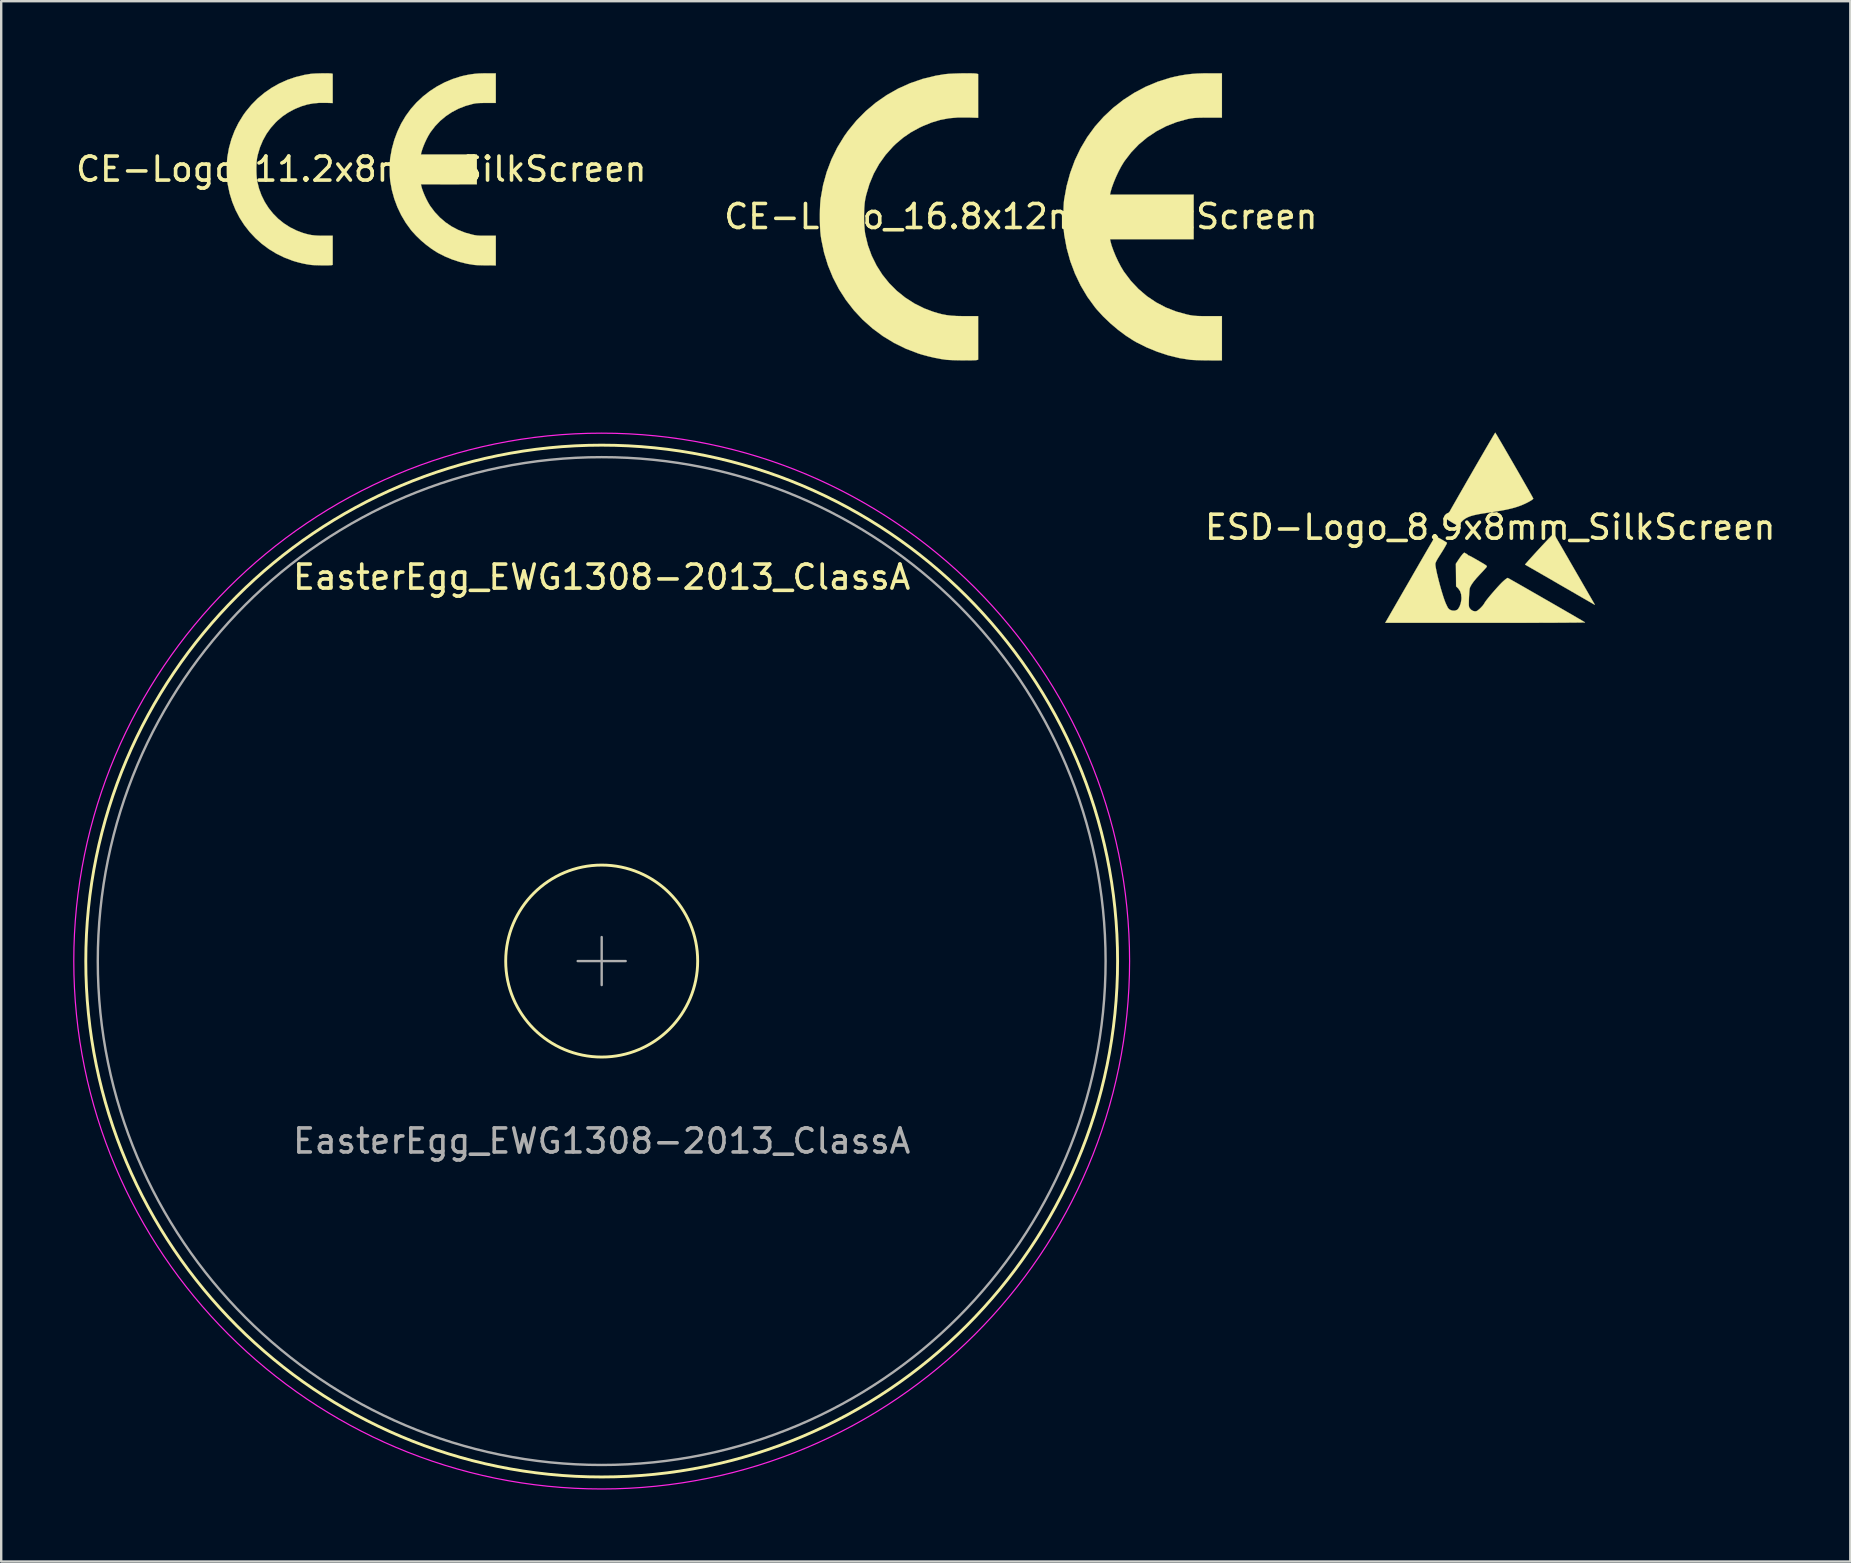
<source format=kicad_pcb>
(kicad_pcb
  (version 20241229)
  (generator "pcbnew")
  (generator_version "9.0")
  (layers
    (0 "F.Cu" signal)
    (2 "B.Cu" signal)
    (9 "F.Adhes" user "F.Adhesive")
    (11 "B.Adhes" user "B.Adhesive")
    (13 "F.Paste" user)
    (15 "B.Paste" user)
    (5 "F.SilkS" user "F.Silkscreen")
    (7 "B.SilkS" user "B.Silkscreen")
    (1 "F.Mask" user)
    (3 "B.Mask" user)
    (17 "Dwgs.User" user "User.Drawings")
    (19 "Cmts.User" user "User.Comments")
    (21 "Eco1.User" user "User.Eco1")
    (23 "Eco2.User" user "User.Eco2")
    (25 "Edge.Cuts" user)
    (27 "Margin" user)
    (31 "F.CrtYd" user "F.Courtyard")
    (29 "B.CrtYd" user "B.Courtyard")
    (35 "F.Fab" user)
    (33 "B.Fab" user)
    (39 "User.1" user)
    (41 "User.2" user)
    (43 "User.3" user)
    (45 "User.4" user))
  (footprint "EasterEgg_EWG1308-2013_ClassA"
    (layer "F.Cu")
    (at 22.025 37.002)
    (property "Reference" "EasterEgg_EWG1308-2013_ClassA" (at 0 -16 0) (unlocked yes) (layer "F.SilkS") (effects (font (size 1 1) (thickness 0.15))))
    (attr board_only exclude_from_pos_files exclude_from_bom allow_missing_courtyard)
    (fp_circle (center 0 0) (end 0 -21.5) (stroke (width 0.12) (type default)) (fill no) (layer "F.SilkS"))
    (fp_circle (center 0 0) (end 4 0) (stroke (width 0.12) (type default)) (fill no) (layer "F.SilkS"))
    (fp_circle (center 0 0) (end 0 -22) (stroke (width 0.05) (type default)) (fill no) (layer "F.CrtYd"))
    (fp_line (start 0 -1) (end 0 1) (stroke (width 0.1) (type default)) (layer "F.Fab"))
    (fp_line (start 1 0) (end -1 0) (stroke (width 0.1) (type default)) (layer "F.Fab"))
    (fp_circle (center 0 0) (end 0 -21) (stroke (width 0.1) (type default)) (fill no) (layer "F.Fab"))
    (fp_text user "${REFERENCE}" (at 0 7.5 0) (unlocked yes) (layer "F.Fab") (effects (font (size 1 1) (thickness 0.15)))))
  (footprint "CE-Logo_16.8x12mm_SilkScreen"
    (layer "F.Cu")
    (at 39.494 5.975)
    (property "Reference" "CE-Logo_16.8x12mm_SilkScreen" (at 0 0 0) (layer "F.SilkS") (effects (font (size 1 1) (thickness 0.15))))
    (attr board_only exclude_from_pos_files exclude_from_bom allow_missing_courtyard)
    (fp_poly (pts (xy -2.1 -5.969) (xy -1.972 -5.966) (xy -1.88 -5.96) (xy -1.84 -5.954) (xy -1.781 -5.938) (xy -1.781 -4.116) (xy -2.195 -4.13) (xy -2.611 -4.13) (xy -2.995 -4.097) (xy -3.36 -4.028) (xy -3.718 -3.921) (xy -4.079 -3.775) (xy -4.229 -3.704) (xy -4.586 -3.508) (xy -4.908 -3.287) (xy -5.21 -3.032) (xy -5.327 -2.918) (xy -5.637 -2.571) (xy -5.906 -2.194) (xy -6.131 -1.789) (xy -6.311 -1.357) (xy -6.446 -0.903) (xy -6.486 -0.72) (xy -6.51 -0.554) (xy -6.526 -0.35) (xy -6.534 -0.123) (xy -6.534 0.113) (xy -6.526 0.344) (xy -6.51 0.555) (xy -6.487 0.733) (xy -6.484 0.746) (xy -6.374 1.199) (xy -6.217 1.631) (xy -6.015 2.039) (xy -5.773 2.421) (xy -5.491 2.773) (xy -5.173 3.092) (xy -4.821 3.376) (xy -4.438 3.622) (xy -4.027 3.827) (xy -3.663 3.964) (xy -3.459 4.026) (xy -3.272 4.074) (xy -3.088 4.108) (xy -2.896 4.131) (xy -2.682 4.144) (xy -2.433 4.149) (xy -2.324 4.15) (xy -1.781 4.149) (xy -1.781 5.964) (xy -1.84 5.98) (xy -1.89 5.986) (xy -1.983 5.99) (xy -2.109 5.992) (xy -2.259 5.993) (xy -2.422 5.992) (xy -2.591 5.99) (xy -2.753 5.986) (xy -2.902 5.981) (xy -3.025 5.975) (xy -3.115 5.968) (xy -3.116 5.967) (xy -3.34 5.935) (xy -3.592 5.886) (xy -3.855 5.825) (xy -4.107 5.757) (xy -4.268 5.708) (xy -4.791 5.508) (xy -5.287 5.264) (xy -5.754 4.98) (xy -6.19 4.656) (xy -6.593 4.297) (xy -6.96 3.903) (xy -7.29 3.478) (xy -7.581 3.024) (xy -7.831 2.543) (xy -8.038 2.037) (xy -8.2 1.509) (xy -8.315 0.961) (xy -8.341 0.786) (xy -8.358 0.618) (xy -8.37 0.412) (xy -8.376 0.182) (xy -8.377 -0.058) (xy -8.373 -0.293) (xy -8.364 -0.511) (xy -8.349 -0.696) (xy -8.341 -0.759) (xy -8.241 -1.319) (xy -8.091 -1.859) (xy -7.894 -2.38) (xy -7.649 -2.879) (xy -7.357 -3.355) (xy -7.201 -3.574) (xy -6.848 -4.005) (xy -6.46 -4.398) (xy -6.04 -4.751) (xy -5.59 -5.063) (xy -5.113 -5.333) (xy -4.612 -5.558) (xy -4.089 -5.738) (xy -3.547 -5.87) (xy -3.169 -5.933) (xy -3.065 -5.943) (xy -2.929 -5.952) (xy -2.77 -5.959) (xy -2.598 -5.965) (xy -2.422 -5.969) (xy -2.253 -5.97) (xy -2.1 -5.969)) (stroke (width 0.01) (type solid)) (fill yes) (layer "F.SilkS"))
    (fp_poly (pts (xy 8.379 -4.124) (xy 7.797 -4.124) (xy 7.595 -4.123) (xy 7.435 -4.12) (xy 7.308 -4.115) (xy 7.202 -4.107) (xy 7.108 -4.095) (xy 7.016 -4.079) (xy 6.948 -4.065) (xy 6.493 -3.939) (xy 6.059 -3.769) (xy 5.65 -3.555) (xy 5.268 -3.301) (xy 4.917 -3.008) (xy 4.601 -2.679) (xy 4.323 -2.317) (xy 4.275 -2.244) (xy 4.172 -2.072) (xy 4.067 -1.871) (xy 3.966 -1.655) (xy 3.875 -1.438) (xy 3.799 -1.232) (xy 3.745 -1.052) (xy 3.733 -1.002) (xy 3.714 -0.916) (xy 7.201 -0.916) (xy 7.201 0.943) (xy 3.714 0.943) (xy 3.733 1.028) (xy 3.782 1.209) (xy 3.857 1.418) (xy 3.949 1.643) (xy 4.054 1.868) (xy 4.166 2.081) (xy 4.277 2.268) (xy 4.296 2.297) (xy 4.581 2.676) (xy 4.9 3.016) (xy 5.251 3.316) (xy 5.634 3.574) (xy 6.044 3.79) (xy 6.482 3.961) (xy 6.944 4.087) (xy 6.955 4.089) (xy 7.06 4.11) (xy 7.155 4.126) (xy 7.254 4.137) (xy 7.365 4.144) (xy 7.5 4.148) (xy 7.67 4.15) (xy 7.81 4.15) (xy 8.379 4.15) (xy 8.379 5.996) (xy 7.81 5.993) (xy 7.628 5.991) (xy 7.45 5.987) (xy 7.288 5.982) (xy 7.154 5.976) (xy 7.058 5.969) (xy 7.044 5.967) (xy 6.598 5.896) (xy 6.139 5.783) (xy 5.68 5.632) (xy 5.233 5.448) (xy 4.811 5.236) (xy 4.7 5.172) (xy 4.377 4.964) (xy 4.048 4.718) (xy 3.728 4.447) (xy 3.429 4.161) (xy 3.164 3.871) (xy 3.092 3.784) (xy 2.772 3.345) (xy 2.493 2.875) (xy 2.255 2.377) (xy 2.06 1.858) (xy 1.911 1.32) (xy 1.809 0.77) (xy 1.804 0.733) (xy 1.791 0.591) (xy 1.781 0.412) (xy 1.775 0.208) (xy 1.773 -0.008) (xy 1.776 -0.222) (xy 1.782 -0.421) (xy 1.792 -0.592) (xy 1.804 -0.707) (xy 1.907 -1.271) (xy 2.056 -1.816) (xy 2.249 -2.34) (xy 2.486 -2.839) (xy 2.765 -3.309) (xy 3.085 -3.748) (xy 3.092 -3.757) (xy 3.449 -4.158) (xy 3.843 -4.528) (xy 4.269 -4.861) (xy 4.724 -5.156) (xy 5.201 -5.409) (xy 5.696 -5.617) (xy 6.204 -5.777) (xy 6.403 -5.826) (xy 6.648 -5.877) (xy 6.876 -5.915) (xy 7.101 -5.942) (xy 7.338 -5.959) (xy 7.602 -5.968) (xy 7.823 -5.97) (xy 8.379 -5.97) (xy 8.379 -4.124)) (stroke (width 0.01) (type solid)) (fill yes) (layer "F.SilkS")))
  (footprint "ESD-Logo_8.9x8mm_SilkScreen"
    (layer "F.Cu")
    (at 59.056 18.923)
    (property "Reference" "ESD-Logo_8.9x8mm_SilkScreen" (at 0 0 0) (layer "F.SilkS") (effects (font (size 1 1) (thickness 0.15))))
    (attr board_only exclude_from_pos_files exclude_from_bom allow_missing_courtyard)
    (fp_poly (pts (xy 2.676 0.316) (xy 2.691 0.342) (xy 2.726 0.4) (xy 2.778 0.49) (xy 2.845 0.606) (xy 2.927 0.747) (xy 3.021 0.909) (xy 3.125 1.09) (xy 3.239 1.286) (xy 3.359 1.495) (xy 3.483 1.71) (xy 3.61 1.93) (xy 3.732 2.14) (xy 3.846 2.339) (xy 3.953 2.524) (xy 4.049 2.69) (xy 4.132 2.835) (xy 4.202 2.956) (xy 4.256 3.05) (xy 4.293 3.114) (xy 4.311 3.144) (xy 4.339 3.194) (xy 4.354 3.226) (xy 4.355 3.231) (xy 4.336 3.221) (xy 4.284 3.191) (xy 4.202 3.144) (xy 4.091 3.08) (xy 3.955 3.002) (xy 3.797 2.911) (xy 3.619 2.808) (xy 3.424 2.695) (xy 3.214 2.574) (xy 2.993 2.446) (xy 2.909 2.398) (xy 2.684 2.268) (xy 2.47 2.143) (xy 2.268 2.027) (xy 2.082 1.92) (xy 1.915 1.824) (xy 1.769 1.74) (xy 1.647 1.67) (xy 1.552 1.615) (xy 1.487 1.578) (xy 1.454 1.56) (xy 1.45 1.558) (xy 1.46 1.542) (xy 1.495 1.5) (xy 1.552 1.435) (xy 1.626 1.351) (xy 1.715 1.253) (xy 1.814 1.144) (xy 1.92 1.027) (xy 2.03 0.908) (xy 2.14 0.789) (xy 2.246 0.675) (xy 2.345 0.57) (xy 2.433 0.477) (xy 2.507 0.401) (xy 2.562 0.345) (xy 2.581 0.326) (xy 2.645 0.267) (xy 2.676 0.316)) (stroke (width 0.01) (type solid)) (fill yes) (layer "F.SilkS"))
    (fp_poly (pts (xy 0.221 -3.924) (xy 0.252 -3.873) (xy 0.3 -3.794) (xy 0.362 -3.688) (xy 0.438 -3.559) (xy 0.524 -3.412) (xy 0.619 -3.248) (xy 0.721 -3.072) (xy 0.828 -2.887) (xy 0.939 -2.696) (xy 1.05 -2.503) (xy 1.161 -2.311) (xy 1.268 -2.124) (xy 1.371 -1.944) (xy 1.467 -1.776) (xy 1.555 -1.623) (xy 1.631 -1.488) (xy 1.696 -1.374) (xy 1.745 -1.285) (xy 1.778 -1.224) (xy 1.793 -1.195) (xy 1.793 -1.193) (xy 1.775 -1.169) (xy 1.725 -1.131) (xy 1.648 -1.084) (xy 1.552 -1.032) (xy 1.45 -0.982) (xy 1.312 -0.921) (xy 1.167 -0.867) (xy 1.01 -0.817) (xy 0.836 -0.772) (xy 0.639 -0.728) (xy 0.416 -0.686) (xy 0.16 -0.645) (xy -0.104 -0.606) (xy -0.334 -0.571) (xy -0.527 -0.537) (xy -0.688 -0.501) (xy -0.822 -0.463) (xy -0.933 -0.419) (xy -1.027 -0.37) (xy -1.109 -0.312) (xy -1.182 -0.244) (xy -1.206 -0.219) (xy -1.258 -0.16) (xy -1.296 -0.112) (xy -1.313 -0.084) (xy -1.314 -0.082) (xy -1.32 -0.068) (xy -1.341 -0.067) (xy -1.382 -0.083) (xy -1.447 -0.117) (xy -1.541 -0.17) (xy -1.606 -0.208) (xy -1.702 -0.268) (xy -1.778 -0.319) (xy -1.826 -0.358) (xy -1.843 -0.381) (xy -1.843 -0.381) (xy -1.833 -0.403) (xy -1.803 -0.457) (xy -1.756 -0.542) (xy -1.693 -0.653) (xy -1.617 -0.789) (xy -1.528 -0.945) (xy -1.428 -1.119) (xy -1.32 -1.309) (xy -1.205 -1.51) (xy -1.084 -1.72) (xy -0.96 -1.937) (xy -0.833 -2.156) (xy -0.707 -2.376) (xy -0.582 -2.592) (xy -0.46 -2.803) (xy -0.343 -3.004) (xy -0.233 -3.194) (xy -0.131 -3.369) (xy -0.039 -3.527) (xy 0.041 -3.663) (xy 0.107 -3.776) (xy 0.158 -3.861) (xy 0.192 -3.918) (xy 0.208 -3.941) (xy 0.209 -3.941) (xy 0.221 -3.924)) (stroke (width 0.01) (type solid)) (fill yes) (layer "F.SilkS"))
    (fp_poly (pts (xy -2.259 0.392) (xy -2.215 0.409) (xy -2.149 0.443) (xy -2.053 0.495) (xy -2.045 0.5) (xy -1.957 0.55) (xy -1.883 0.594) (xy -1.829 0.628) (xy -1.804 0.646) (xy -1.804 0.647) (xy -1.81 0.672) (xy -1.837 0.729) (xy -1.885 0.814) (xy -1.95 0.925) (xy -2.032 1.057) (xy -2.128 1.209) (xy -2.152 1.246) (xy -2.215 1.349) (xy -2.26 1.437) (xy -2.285 1.504) (xy -2.287 1.517) (xy -2.286 1.574) (xy -2.274 1.666) (xy -2.251 1.785) (xy -2.221 1.927) (xy -2.183 2.084) (xy -2.141 2.252) (xy -2.095 2.425) (xy -2.047 2.596) (xy -1.998 2.759) (xy -1.951 2.91) (xy -1.906 3.041) (xy -1.865 3.148) (xy -1.837 3.211) (xy -1.804 3.279) (xy -1.772 3.344) (xy -1.771 3.347) (xy -1.719 3.412) (xy -1.642 3.456) (xy -1.554 3.477) (xy -1.464 3.474) (xy -1.385 3.444) (xy -1.341 3.406) (xy -1.277 3.3) (xy -1.23 3.167) (xy -1.204 3.023) (xy -1.2 2.94) (xy -1.215 2.787) (xy -1.258 2.66) (xy -1.332 2.553) (xy -1.355 2.53) (xy -1.424 2.463) (xy -1.428 1.992) (xy -1.433 1.521) (xy -1.313 1.339) (xy -1.257 1.257) (xy -1.202 1.183) (xy -1.158 1.127) (xy -1.139 1.107) (xy -1.085 1.057) (xy -1.012 1.096) (xy -0.965 1.124) (xy -0.94 1.146) (xy -0.938 1.15) (xy -0.921 1.167) (xy -0.892 1.179) (xy -0.863 1.191) (xy -0.819 1.212) (xy -0.756 1.246) (xy -0.671 1.293) (xy -0.559 1.357) (xy -0.417 1.44) (xy -0.339 1.485) (xy -0.248 1.539) (xy -0.189 1.578) (xy -0.155 1.605) (xy -0.142 1.626) (xy -0.145 1.645) (xy -0.147 1.649) (xy -0.168 1.677) (xy -0.213 1.728) (xy -0.276 1.798) (xy -0.353 1.881) (xy -0.419 1.951) (xy -0.572 2.117) (xy -0.692 2.262) (xy -0.779 2.385) (xy -0.836 2.489) (xy -0.855 2.542) (xy -0.863 2.588) (xy -0.871 2.667) (xy -0.878 2.77) (xy -0.885 2.887) (xy -0.888 2.961) (xy -0.892 3.089) (xy -0.894 3.183) (xy -0.893 3.25) (xy -0.888 3.296) (xy -0.88 3.329) (xy -0.867 3.357) (xy -0.856 3.374) (xy -0.797 3.44) (xy -0.72 3.486) (xy -0.639 3.505) (xy -0.578 3.498) (xy -0.523 3.467) (xy -0.454 3.411) (xy -0.381 3.34) (xy -0.313 3.265) (xy -0.261 3.193) (xy -0.241 3.159) (xy -0.212 3.111) (xy -0.159 3.04) (xy -0.087 2.948) (xy -0.001 2.844) (xy 0.094 2.732) (xy 0.194 2.617) (xy 0.293 2.506) (xy 0.387 2.404) (xy 0.471 2.316) (xy 0.538 2.252) (xy 0.611 2.188) (xy 0.673 2.141) (xy 0.716 2.115) (xy 0.73 2.112) (xy 0.752 2.124) (xy 0.807 2.154) (xy 0.892 2.202) (xy 1.003 2.265) (xy 1.138 2.341) (xy 1.293 2.43) (xy 1.465 2.528) (xy 1.651 2.635) (xy 1.848 2.748) (xy 2.052 2.865) (xy 2.26 2.985) (xy 2.47 3.105) (xy 2.678 3.225) (xy 2.881 3.342) (xy 3.075 3.454) (xy 3.258 3.56) (xy 3.426 3.657) (xy 3.577 3.745) (xy 3.706 3.82) (xy 3.812 3.882) (xy 3.89 3.928) (xy 3.937 3.956) (xy 3.951 3.965) (xy 3.932 3.967) (xy 3.874 3.969) (xy 3.778 3.97) (xy 3.646 3.972) (xy 3.48 3.974) (xy 3.282 3.975) (xy 3.054 3.976) (xy 2.798 3.978) (xy 2.515 3.979) (xy 2.209 3.98) (xy 1.88 3.981) (xy 1.531 3.981) (xy 1.163 3.982) (xy 0.779 3.983) (xy 0.38 3.983) (xy -0.031 3.983) (xy -0.203 3.983) (xy -4.377 3.983) (xy -4.08 3.467) (xy -4.017 3.358) (xy -3.936 3.217) (xy -3.839 3.049) (xy -3.73 2.86) (xy -3.611 2.653) (xy -3.484 2.434) (xy -3.353 2.207) (xy -3.221 1.976) (xy -3.089 1.747) (xy -3.055 1.689) (xy -2.934 1.478) (xy -2.818 1.278) (xy -2.709 1.09) (xy -2.61 0.919) (xy -2.521 0.767) (xy -2.445 0.637) (xy -2.383 0.532) (xy -2.338 0.456) (xy -2.31 0.41) (xy -2.303 0.399) (xy -2.286 0.389) (xy -2.259 0.392)) (stroke (width 0.01) (type solid)) (fill yes) (layer "F.SilkS")))
  (footprint "CE-Logo_11.2x8mm_SilkScreen"
    (layer "F.Cu")
    (at 12.006 3.999)
    (property "Reference" "CE-Logo_11.2x8mm_SilkScreen" (at 0 0 0) (layer "F.SilkS") (effects (font (size 1 1) (thickness 0.15))))
    (attr exclude_from_pos_files exclude_from_bom)
    (fp_poly (pts (xy -1.405 -3.993) (xy -1.319 -3.991) (xy -1.258 -3.987) (xy -1.231 -3.983) (xy -1.191 -3.972) (xy -1.191 -2.754) (xy -1.469 -2.763) (xy -1.746 -2.763) (xy -2.004 -2.74) (xy -2.248 -2.695) (xy -2.487 -2.623) (xy -2.729 -2.525) (xy -2.829 -2.478) (xy -3.068 -2.346) (xy -3.283 -2.199) (xy -3.485 -2.028) (xy -3.564 -1.952) (xy -3.771 -1.72) (xy -3.951 -1.468) (xy -4.101 -1.196) (xy -4.222 -0.908) (xy -4.312 -0.604) (xy -4.339 -0.482) (xy -4.355 -0.37) (xy -4.366 -0.234) (xy -4.371 -0.082) (xy -4.371 0.076) (xy -4.366 0.23) (xy -4.355 0.372) (xy -4.339 0.49) (xy -4.338 0.499) (xy -4.264 0.802) (xy -4.159 1.091) (xy -4.024 1.364) (xy -3.862 1.619) (xy -3.673 1.855) (xy -3.461 2.069) (xy -3.225 2.259) (xy -2.969 2.423) (xy -2.694 2.56) (xy -2.451 2.652) (xy -2.314 2.693) (xy -2.189 2.725) (xy -2.066 2.748) (xy -1.937 2.763) (xy -1.794 2.772) (xy -1.628 2.776) (xy -1.555 2.776) (xy -1.191 2.776) (xy -1.191 3.99) (xy -1.231 4) (xy -1.264 4.004) (xy -1.326 4.007) (xy -1.411 4.009) (xy -1.511 4.009) (xy -1.621 4.009) (xy -1.733 4.007) (xy -1.842 4.004) (xy -1.941 4.001) (xy -2.024 3.997) (xy -2.084 3.992) (xy -2.085 3.992) (xy -2.234 3.97) (xy -2.403 3.938) (xy -2.579 3.897) (xy -2.747 3.851) (xy -2.855 3.818) (xy -3.205 3.684) (xy -3.537 3.522) (xy -3.85 3.331) (xy -4.141 3.115) (xy -4.41 2.874) (xy -4.656 2.611) (xy -4.877 2.327) (xy -5.072 2.023) (xy -5.239 1.701) (xy -5.377 1.363) (xy -5.486 1.01) (xy -5.563 0.643) (xy -5.58 0.526) (xy -5.591 0.413) (xy -5.599 0.276) (xy -5.603 0.122) (xy -5.604 -0.039) (xy -5.601 -0.196) (xy -5.595 -0.342) (xy -5.585 -0.465) (xy -5.58 -0.508) (xy -5.513 -0.882) (xy -5.413 -1.244) (xy -5.281 -1.592) (xy -5.117 -1.926) (xy -4.922 -2.244) (xy -4.817 -2.391) (xy -4.581 -2.679) (xy -4.322 -2.942) (xy -4.04 -3.178) (xy -3.739 -3.387) (xy -3.42 -3.567) (xy -3.085 -3.718) (xy -2.735 -3.838) (xy -2.373 -3.927) (xy -2.12 -3.969) (xy -2.051 -3.976) (xy -1.959 -3.982) (xy -1.853 -3.987) (xy -1.738 -3.99) (xy -1.62 -3.993) (xy -1.507 -3.994) (xy -1.405 -3.993)) (stroke (width 0.01) (type solid)) (fill yes) (layer "F.SilkS"))
    (fp_poly (pts (xy 5.606 -3.376) (xy 5.606 -2.759) (xy 5.216 -2.759) (xy 5.081 -2.758) (xy 4.974 -2.756) (xy 4.889 -2.753) (xy 4.818 -2.748) (xy 4.755 -2.74) (xy 4.693 -2.729) (xy 4.648 -2.719) (xy 4.344 -2.635) (xy 4.053 -2.521) (xy 3.779 -2.378) (xy 3.524 -2.208) (xy 3.289 -2.012) (xy 3.078 -1.792) (xy 2.892 -1.55) (xy 2.86 -1.501) (xy 2.791 -1.386) (xy 2.721 -1.252) (xy 2.653 -1.107) (xy 2.592 -0.962) (xy 2.542 -0.824) (xy 2.505 -0.704) (xy 2.497 -0.67) (xy 2.485 -0.613) (xy 4.817 -0.613) (xy 4.817 0.631) (xy 2.485 0.631) (xy 2.497 0.688) (xy 2.53 0.809) (xy 2.58 0.949) (xy 2.642 1.099) (xy 2.712 1.25) (xy 2.787 1.392) (xy 2.861 1.517) (xy 2.874 1.536) (xy 3.064 1.79) (xy 3.278 2.017) (xy 3.513 2.218) (xy 3.769 2.391) (xy 4.044 2.535) (xy 4.336 2.65) (xy 4.645 2.734) (xy 4.653 2.736) (xy 4.723 2.75) (xy 4.787 2.76) (xy 4.852 2.768) (xy 4.927 2.772) (xy 5.017 2.775) (xy 5.131 2.776) (xy 5.225 2.776) (xy 5.606 2.776) (xy 5.606 4.011) (xy 5.225 4.009) (xy 5.103 4.008) (xy 4.984 4.005) (xy 4.876 4.002) (xy 4.786 3.998) (xy 4.721 3.993) (xy 4.712 3.992) (xy 4.414 3.944) (xy 4.107 3.868) (xy 3.8 3.768) (xy 3.501 3.645) (xy 3.218 3.502) (xy 3.144 3.46) (xy 2.928 3.32) (xy 2.708 3.156) (xy 2.494 2.975) (xy 2.294 2.783) (xy 2.117 2.59) (xy 2.068 2.531) (xy 1.855 2.238) (xy 1.668 1.923) (xy 1.508 1.59) (xy 1.378 1.243) (xy 1.278 0.883) (xy 1.21 0.515) (xy 1.207 0.49) (xy 1.198 0.396) (xy 1.191 0.275) (xy 1.187 0.139) (xy 1.186 -0.005) (xy 1.188 -0.148) (xy 1.192 -0.282) (xy 1.199 -0.396) (xy 1.207 -0.473) (xy 1.276 -0.85) (xy 1.375 -1.215) (xy 1.505 -1.565) (xy 1.663 -1.899) (xy 1.85 -2.214) (xy 2.064 -2.507) (xy 2.068 -2.513) (xy 2.307 -2.782) (xy 2.571 -3.029) (xy 2.856 -3.252) (xy 3.16 -3.449) (xy 3.479 -3.618) (xy 3.81 -3.757) (xy 4.15 -3.865) (xy 4.283 -3.897) (xy 4.447 -3.931) (xy 4.6 -3.957) (xy 4.75 -3.975) (xy 4.909 -3.987) (xy 5.086 -3.992) (xy 5.233 -3.994) (xy 5.606 -3.994) (xy 5.606 -3.376)) (stroke (width 0.01) (type solid)) (fill yes) (layer "F.SilkS")))
  (gr_rect
    (start -3 -3)
    (end 74.062 62.027)
    (stroke (width 0.1) (type default))
    (fill no)
    (layer "Edge.Cuts")))
</source>
